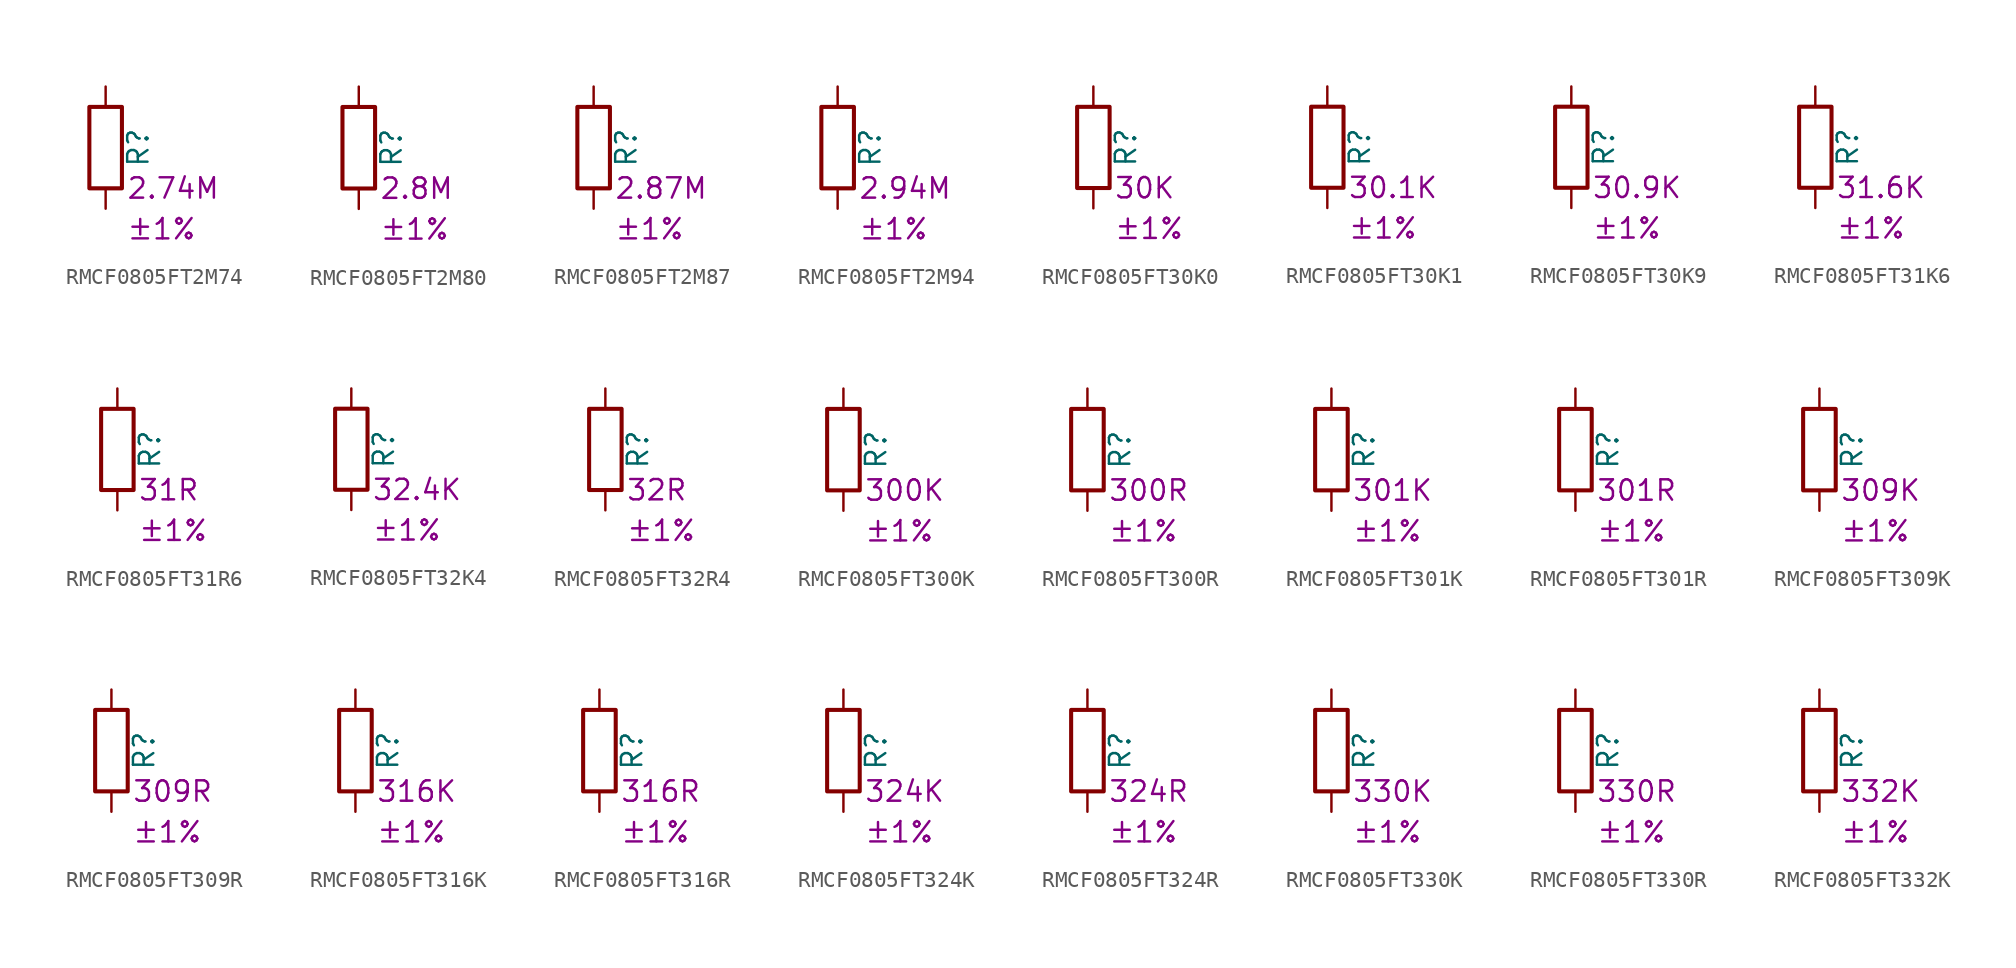
<source format=kicad_sym>
(kicad_symbol_lib
  (version 20220914)
  (generator kicad_symbol_editor)
  (symbol "RMCF0805FT2M74"
    (pin_numbers hide)
    (pin_names
      (offset 0))
    (property "Reference" "R"
      (at 2.032 0 90)
      (effects (font (size 1.27 1.27))))
    (property "Resistance" "2.74M"
      (at 1.27 -2.54 0)
      (effects (font (size 1.27 1.27)) (justify left)))
    (property "Tolerance" "±1%"
      (at 1.27 -5.08 0)
      (effects (font (size 1.27 1.27)) (justify left)))
    (symbol "RMCF0805FT2M74_0_1"
      (rectangle (start -1.016 -2.54) (end 1.016 2.54) (stroke (width 0.254) (type default)) (fill (type none))))
    (symbol "RMCF0805FT2M74_1_1"
      (pin passive line (at 0 3.81 270) (length 1.27) (name "~" (effects (font (size 1.27 1.27)))) (number "1" (effects (font (size 1.27 1.27)))))
      (pin passive line (at 0 -3.81 90) (length 1.27) (name "~" (effects (font (size 1.27 1.27)))) (number "2" (effects (font (size 1.27 1.27)))))))
  (symbol "RMCF0805FT2M80"
    (pin_numbers hide)
    (pin_names
      (offset 0))
    (property "Reference" "R"
      (at 2.032 0 90)
      (effects (font (size 1.27 1.27))))
    (property "Resistance" "2.8M"
      (at 1.27 -2.54 0)
      (effects (font (size 1.27 1.27)) (justify left)))
    (property "Tolerance" "±1%"
      (at 1.27 -5.08 0)
      (effects (font (size 1.27 1.27)) (justify left)))
    (symbol "RMCF0805FT2M80_0_1"
      (rectangle (start -1.016 -2.54) (end 1.016 2.54) (stroke (width 0.254) (type default)) (fill (type none))))
    (symbol "RMCF0805FT2M80_1_1"
      (pin passive line (at 0 3.81 270) (length 1.27) (name "~" (effects (font (size 1.27 1.27)))) (number "1" (effects (font (size 1.27 1.27)))))
      (pin passive line (at 0 -3.81 90) (length 1.27) (name "~" (effects (font (size 1.27 1.27)))) (number "2" (effects (font (size 1.27 1.27)))))))
  (symbol "RMCF0805FT2M87"
    (pin_numbers hide)
    (pin_names
      (offset 0))
    (property "Reference" "R"
      (at 2.032 0 90)
      (effects (font (size 1.27 1.27))))
    (property "Resistance" "2.87M"
      (at 1.27 -2.54 0)
      (effects (font (size 1.27 1.27)) (justify left)))
    (property "Tolerance" "±1%"
      (at 1.27 -5.08 0)
      (effects (font (size 1.27 1.27)) (justify left)))
    (symbol "RMCF0805FT2M87_0_1"
      (rectangle (start -1.016 -2.54) (end 1.016 2.54) (stroke (width 0.254) (type default)) (fill (type none))))
    (symbol "RMCF0805FT2M87_1_1"
      (pin passive line (at 0 3.81 270) (length 1.27) (name "~" (effects (font (size 1.27 1.27)))) (number "1" (effects (font (size 1.27 1.27)))))
      (pin passive line (at 0 -3.81 90) (length 1.27) (name "~" (effects (font (size 1.27 1.27)))) (number "2" (effects (font (size 1.27 1.27)))))))
  (symbol "RMCF0805FT2M94"
    (pin_numbers hide)
    (pin_names
      (offset 0))
    (property "Reference" "R"
      (at 2.032 0 90)
      (effects (font (size 1.27 1.27))))
    (property "Resistance" "2.94M"
      (at 1.27 -2.54 0)
      (effects (font (size 1.27 1.27)) (justify left)))
    (property "Tolerance" "±1%"
      (at 1.27 -5.08 0)
      (effects (font (size 1.27 1.27)) (justify left)))
    (symbol "RMCF0805FT2M94_0_1"
      (rectangle (start -1.016 -2.54) (end 1.016 2.54) (stroke (width 0.254) (type default)) (fill (type none))))
    (symbol "RMCF0805FT2M94_1_1"
      (pin passive line (at 0 3.81 270) (length 1.27) (name "~" (effects (font (size 1.27 1.27)))) (number "1" (effects (font (size 1.27 1.27)))))
      (pin passive line (at 0 -3.81 90) (length 1.27) (name "~" (effects (font (size 1.27 1.27)))) (number "2" (effects (font (size 1.27 1.27)))))))
  (symbol "RMCF0805FT30K0"
    (pin_numbers hide)
    (pin_names
      (offset 0))
    (property "Reference" "R"
      (at 2.032 0 90)
      (effects (font (size 1.27 1.27))))
    (property "Resistance" "30K"
      (at 1.27 -2.54 0)
      (effects (font (size 1.27 1.27)) (justify left)))
    (property "Tolerance" "±1%"
      (at 1.27 -5.08 0)
      (effects (font (size 1.27 1.27)) (justify left)))
    (symbol "RMCF0805FT30K0_0_1"
      (rectangle (start -1.016 -2.54) (end 1.016 2.54) (stroke (width 0.254) (type default)) (fill (type none))))
    (symbol "RMCF0805FT30K0_1_1"
      (pin passive line (at 0 3.81 270) (length 1.27) (name "~" (effects (font (size 1.27 1.27)))) (number "1" (effects (font (size 1.27 1.27)))))
      (pin passive line (at 0 -3.81 90) (length 1.27) (name "~" (effects (font (size 1.27 1.27)))) (number "2" (effects (font (size 1.27 1.27)))))))
  (symbol "RMCF0805FT30K1"
    (pin_numbers hide)
    (pin_names
      (offset 0))
    (property "Reference" "R"
      (at 2.032 0 90)
      (effects (font (size 1.27 1.27))))
    (property "Resistance" "30.1K"
      (at 1.27 -2.54 0)
      (effects (font (size 1.27 1.27)) (justify left)))
    (property "Tolerance" "±1%"
      (at 1.27 -5.08 0)
      (effects (font (size 1.27 1.27)) (justify left)))
    (symbol "RMCF0805FT30K1_0_1"
      (rectangle (start -1.016 -2.54) (end 1.016 2.54) (stroke (width 0.254) (type default)) (fill (type none))))
    (symbol "RMCF0805FT30K1_1_1"
      (pin passive line (at 0 3.81 270) (length 1.27) (name "~" (effects (font (size 1.27 1.27)))) (number "1" (effects (font (size 1.27 1.27)))))
      (pin passive line (at 0 -3.81 90) (length 1.27) (name "~" (effects (font (size 1.27 1.27)))) (number "2" (effects (font (size 1.27 1.27)))))))
  (symbol "RMCF0805FT30K9"
    (pin_numbers hide)
    (pin_names
      (offset 0))
    (property "Reference" "R"
      (at 2.032 0 90)
      (effects (font (size 1.27 1.27))))
    (property "Resistance" "30.9K"
      (at 1.27 -2.54 0)
      (effects (font (size 1.27 1.27)) (justify left)))
    (property "Tolerance" "±1%"
      (at 1.27 -5.08 0)
      (effects (font (size 1.27 1.27)) (justify left)))
    (symbol "RMCF0805FT30K9_0_1"
      (rectangle (start -1.016 -2.54) (end 1.016 2.54) (stroke (width 0.254) (type default)) (fill (type none))))
    (symbol "RMCF0805FT30K9_1_1"
      (pin passive line (at 0 3.81 270) (length 1.27) (name "~" (effects (font (size 1.27 1.27)))) (number "1" (effects (font (size 1.27 1.27)))))
      (pin passive line (at 0 -3.81 90) (length 1.27) (name "~" (effects (font (size 1.27 1.27)))) (number "2" (effects (font (size 1.27 1.27)))))))
  (symbol "RMCF0805FT31K6"
    (pin_numbers hide)
    (pin_names
      (offset 0))
    (property "Reference" "R"
      (at 2.032 0 90)
      (effects (font (size 1.27 1.27))))
    (property "Resistance" "31.6K"
      (at 1.27 -2.54 0)
      (effects (font (size 1.27 1.27)) (justify left)))
    (property "Tolerance" "±1%"
      (at 1.27 -5.08 0)
      (effects (font (size 1.27 1.27)) (justify left)))
    (symbol "RMCF0805FT31K6_0_1"
      (rectangle (start -1.016 -2.54) (end 1.016 2.54) (stroke (width 0.254) (type default)) (fill (type none))))
    (symbol "RMCF0805FT31K6_1_1"
      (pin passive line (at 0 3.81 270) (length 1.27) (name "~" (effects (font (size 1.27 1.27)))) (number "1" (effects (font (size 1.27 1.27)))))
      (pin passive line (at 0 -3.81 90) (length 1.27) (name "~" (effects (font (size 1.27 1.27)))) (number "2" (effects (font (size 1.27 1.27)))))))
  (symbol "RMCF0805FT31R6"
    (pin_numbers hide)
    (pin_names
      (offset 0))
    (property "Reference" "R"
      (at 2.032 0 90)
      (effects (font (size 1.27 1.27))))
    (property "Resistance" "31R"
      (at 1.27 -2.54 0)
      (effects (font (size 1.27 1.27)) (justify left)))
    (property "Tolerance" "±1%"
      (at 1.27 -5.08 0)
      (effects (font (size 1.27 1.27)) (justify left)))
    (symbol "RMCF0805FT31R6_0_1"
      (rectangle (start -1.016 -2.54) (end 1.016 2.54) (stroke (width 0.254) (type default)) (fill (type none))))
    (symbol "RMCF0805FT31R6_1_1"
      (pin passive line (at 0 3.81 270) (length 1.27) (name "~" (effects (font (size 1.27 1.27)))) (number "1" (effects (font (size 1.27 1.27)))))
      (pin passive line (at 0 -3.81 90) (length 1.27) (name "~" (effects (font (size 1.27 1.27)))) (number "2" (effects (font (size 1.27 1.27)))))))
  (symbol "RMCF0805FT32K4"
    (pin_numbers hide)
    (pin_names
      (offset 0))
    (property "Reference" "R"
      (at 2.032 0 90)
      (effects (font (size 1.27 1.27))))
    (property "Resistance" "32.4K"
      (at 1.27 -2.54 0)
      (effects (font (size 1.27 1.27)) (justify left)))
    (property "Tolerance" "±1%"
      (at 1.27 -5.08 0)
      (effects (font (size 1.27 1.27)) (justify left)))
    (symbol "RMCF0805FT32K4_0_1"
      (rectangle (start -1.016 -2.54) (end 1.016 2.54) (stroke (width 0.254) (type default)) (fill (type none))))
    (symbol "RMCF0805FT32K4_1_1"
      (pin passive line (at 0 3.81 270) (length 1.27) (name "~" (effects (font (size 1.27 1.27)))) (number "1" (effects (font (size 1.27 1.27)))))
      (pin passive line (at 0 -3.81 90) (length 1.27) (name "~" (effects (font (size 1.27 1.27)))) (number "2" (effects (font (size 1.27 1.27)))))))
  (symbol "RMCF0805FT32R4"
    (pin_numbers hide)
    (pin_names
      (offset 0))
    (property "Reference" "R"
      (at 2.032 0 90)
      (effects (font (size 1.27 1.27))))
    (property "Resistance" "32R"
      (at 1.27 -2.54 0)
      (effects (font (size 1.27 1.27)) (justify left)))
    (property "Tolerance" "±1%"
      (at 1.27 -5.08 0)
      (effects (font (size 1.27 1.27)) (justify left)))
    (symbol "RMCF0805FT32R4_0_1"
      (rectangle (start -1.016 -2.54) (end 1.016 2.54) (stroke (width 0.254) (type default)) (fill (type none))))
    (symbol "RMCF0805FT32R4_1_1"
      (pin passive line (at 0 3.81 270) (length 1.27) (name "~" (effects (font (size 1.27 1.27)))) (number "1" (effects (font (size 1.27 1.27)))))
      (pin passive line (at 0 -3.81 90) (length 1.27) (name "~" (effects (font (size 1.27 1.27)))) (number "2" (effects (font (size 1.27 1.27)))))))
  (symbol "RMCF0805FT300K"
    (pin_numbers hide)
    (pin_names
      (offset 0))
    (property "Reference" "R"
      (at 2.032 0 90)
      (effects (font (size 1.27 1.27))))
    (property "Resistance" "300K"
      (at 1.27 -2.54 0)
      (effects (font (size 1.27 1.27)) (justify left)))
    (property "Tolerance" "±1%"
      (at 1.27 -5.08 0)
      (effects (font (size 1.27 1.27)) (justify left)))
    (symbol "RMCF0805FT300K_0_1"
      (rectangle (start -1.016 -2.54) (end 1.016 2.54) (stroke (width 0.254) (type default)) (fill (type none))))
    (symbol "RMCF0805FT300K_1_1"
      (pin passive line (at 0 3.81 270) (length 1.27) (name "~" (effects (font (size 1.27 1.27)))) (number "1" (effects (font (size 1.27 1.27)))))
      (pin passive line (at 0 -3.81 90) (length 1.27) (name "~" (effects (font (size 1.27 1.27)))) (number "2" (effects (font (size 1.27 1.27)))))))
  (symbol "RMCF0805FT300R"
    (pin_numbers hide)
    (pin_names
      (offset 0))
    (property "Reference" "R"
      (at 2.032 0 90)
      (effects (font (size 1.27 1.27))))
    (property "Resistance" "300R"
      (at 1.27 -2.54 0)
      (effects (font (size 1.27 1.27)) (justify left)))
    (property "Tolerance" "±1%"
      (at 1.27 -5.08 0)
      (effects (font (size 1.27 1.27)) (justify left)))
    (symbol "RMCF0805FT300R_0_1"
      (rectangle (start -1.016 -2.54) (end 1.016 2.54) (stroke (width 0.254) (type default)) (fill (type none))))
    (symbol "RMCF0805FT300R_1_1"
      (pin passive line (at 0 3.81 270) (length 1.27) (name "~" (effects (font (size 1.27 1.27)))) (number "1" (effects (font (size 1.27 1.27)))))
      (pin passive line (at 0 -3.81 90) (length 1.27) (name "~" (effects (font (size 1.27 1.27)))) (number "2" (effects (font (size 1.27 1.27)))))))
  (symbol "RMCF0805FT301K"
    (pin_numbers hide)
    (pin_names
      (offset 0))
    (property "Reference" "R"
      (at 2.032 0 90)
      (effects (font (size 1.27 1.27))))
    (property "Resistance" "301K"
      (at 1.27 -2.54 0)
      (effects (font (size 1.27 1.27)) (justify left)))
    (property "Tolerance" "±1%"
      (at 1.27 -5.08 0)
      (effects (font (size 1.27 1.27)) (justify left)))
    (symbol "RMCF0805FT301K_0_1"
      (rectangle (start -1.016 -2.54) (end 1.016 2.54) (stroke (width 0.254) (type default)) (fill (type none))))
    (symbol "RMCF0805FT301K_1_1"
      (pin passive line (at 0 3.81 270) (length 1.27) (name "~" (effects (font (size 1.27 1.27)))) (number "1" (effects (font (size 1.27 1.27)))))
      (pin passive line (at 0 -3.81 90) (length 1.27) (name "~" (effects (font (size 1.27 1.27)))) (number "2" (effects (font (size 1.27 1.27)))))))
  (symbol "RMCF0805FT301R"
    (pin_numbers hide)
    (pin_names
      (offset 0))
    (property "Reference" "R"
      (at 2.032 0 90)
      (effects (font (size 1.27 1.27))))
    (property "Resistance" "301R"
      (at 1.27 -2.54 0)
      (effects (font (size 1.27 1.27)) (justify left)))
    (property "Tolerance" "±1%"
      (at 1.27 -5.08 0)
      (effects (font (size 1.27 1.27)) (justify left)))
    (symbol "RMCF0805FT301R_0_1"
      (rectangle (start -1.016 -2.54) (end 1.016 2.54) (stroke (width 0.254) (type default)) (fill (type none))))
    (symbol "RMCF0805FT301R_1_1"
      (pin passive line (at 0 3.81 270) (length 1.27) (name "~" (effects (font (size 1.27 1.27)))) (number "1" (effects (font (size 1.27 1.27)))))
      (pin passive line (at 0 -3.81 90) (length 1.27) (name "~" (effects (font (size 1.27 1.27)))) (number "2" (effects (font (size 1.27 1.27)))))))
  (symbol "RMCF0805FT309K"
    (pin_numbers hide)
    (pin_names
      (offset 0))
    (property "Reference" "R"
      (at 2.032 0 90)
      (effects (font (size 1.27 1.27))))
    (property "Resistance" "309K"
      (at 1.27 -2.54 0)
      (effects (font (size 1.27 1.27)) (justify left)))
    (property "Tolerance" "±1%"
      (at 1.27 -5.08 0)
      (effects (font (size 1.27 1.27)) (justify left)))
    (symbol "RMCF0805FT309K_0_1"
      (rectangle (start -1.016 -2.54) (end 1.016 2.54) (stroke (width 0.254) (type default)) (fill (type none))))
    (symbol "RMCF0805FT309K_1_1"
      (pin passive line (at 0 3.81 270) (length 1.27) (name "~" (effects (font (size 1.27 1.27)))) (number "1" (effects (font (size 1.27 1.27)))))
      (pin passive line (at 0 -3.81 90) (length 1.27) (name "~" (effects (font (size 1.27 1.27)))) (number "2" (effects (font (size 1.27 1.27)))))))
  (symbol "RMCF0805FT309R"
    (pin_numbers hide)
    (pin_names
      (offset 0))
    (property "Reference" "R"
      (at 2.032 0 90)
      (effects (font (size 1.27 1.27))))
    (property "Resistance" "309R"
      (at 1.27 -2.54 0)
      (effects (font (size 1.27 1.27)) (justify left)))
    (property "Tolerance" "±1%"
      (at 1.27 -5.08 0)
      (effects (font (size 1.27 1.27)) (justify left)))
    (symbol "RMCF0805FT309R_0_1"
      (rectangle (start -1.016 -2.54) (end 1.016 2.54) (stroke (width 0.254) (type default)) (fill (type none))))
    (symbol "RMCF0805FT309R_1_1"
      (pin passive line (at 0 3.81 270) (length 1.27) (name "~" (effects (font (size 1.27 1.27)))) (number "1" (effects (font (size 1.27 1.27)))))
      (pin passive line (at 0 -3.81 90) (length 1.27) (name "~" (effects (font (size 1.27 1.27)))) (number "2" (effects (font (size 1.27 1.27)))))))
  (symbol "RMCF0805FT316K"
    (pin_numbers hide)
    (pin_names
      (offset 0))
    (property "Reference" "R"
      (at 2.032 0 90)
      (effects (font (size 1.27 1.27))))
    (property "Resistance" "316K"
      (at 1.27 -2.54 0)
      (effects (font (size 1.27 1.27)) (justify left)))
    (property "Tolerance" "±1%"
      (at 1.27 -5.08 0)
      (effects (font (size 1.27 1.27)) (justify left)))
    (symbol "RMCF0805FT316K_0_1"
      (rectangle (start -1.016 -2.54) (end 1.016 2.54) (stroke (width 0.254) (type default)) (fill (type none))))
    (symbol "RMCF0805FT316K_1_1"
      (pin passive line (at 0 3.81 270) (length 1.27) (name "~" (effects (font (size 1.27 1.27)))) (number "1" (effects (font (size 1.27 1.27)))))
      (pin passive line (at 0 -3.81 90) (length 1.27) (name "~" (effects (font (size 1.27 1.27)))) (number "2" (effects (font (size 1.27 1.27)))))))
  (symbol "RMCF0805FT316R"
    (pin_numbers hide)
    (pin_names
      (offset 0))
    (property "Reference" "R"
      (at 2.032 0 90)
      (effects (font (size 1.27 1.27))))
    (property "Resistance" "316R"
      (at 1.27 -2.54 0)
      (effects (font (size 1.27 1.27)) (justify left)))
    (property "Tolerance" "±1%"
      (at 1.27 -5.08 0)
      (effects (font (size 1.27 1.27)) (justify left)))
    (symbol "RMCF0805FT316R_0_1"
      (rectangle (start -1.016 -2.54) (end 1.016 2.54) (stroke (width 0.254) (type default)) (fill (type none))))
    (symbol "RMCF0805FT316R_1_1"
      (pin passive line (at 0 3.81 270) (length 1.27) (name "~" (effects (font (size 1.27 1.27)))) (number "1" (effects (font (size 1.27 1.27)))))
      (pin passive line (at 0 -3.81 90) (length 1.27) (name "~" (effects (font (size 1.27 1.27)))) (number "2" (effects (font (size 1.27 1.27)))))))
  (symbol "RMCF0805FT324K"
    (pin_numbers hide)
    (pin_names
      (offset 0))
    (property "Reference" "R"
      (at 2.032 0 90)
      (effects (font (size 1.27 1.27))))
    (property "Resistance" "324K"
      (at 1.27 -2.54 0)
      (effects (font (size 1.27 1.27)) (justify left)))
    (property "Tolerance" "±1%"
      (at 1.27 -5.08 0)
      (effects (font (size 1.27 1.27)) (justify left)))
    (symbol "RMCF0805FT324K_0_1"
      (rectangle (start -1.016 -2.54) (end 1.016 2.54) (stroke (width 0.254) (type default)) (fill (type none))))
    (symbol "RMCF0805FT324K_1_1"
      (pin passive line (at 0 3.81 270) (length 1.27) (name "~" (effects (font (size 1.27 1.27)))) (number "1" (effects (font (size 1.27 1.27)))))
      (pin passive line (at 0 -3.81 90) (length 1.27) (name "~" (effects (font (size 1.27 1.27)))) (number "2" (effects (font (size 1.27 1.27)))))))
  (symbol "RMCF0805FT324R"
    (pin_numbers hide)
    (pin_names
      (offset 0))
    (property "Reference" "R"
      (at 2.032 0 90)
      (effects (font (size 1.27 1.27))))
    (property "Resistance" "324R"
      (at 1.27 -2.54 0)
      (effects (font (size 1.27 1.27)) (justify left)))
    (property "Tolerance" "±1%"
      (at 1.27 -5.08 0)
      (effects (font (size 1.27 1.27)) (justify left)))
    (symbol "RMCF0805FT324R_0_1"
      (rectangle (start -1.016 -2.54) (end 1.016 2.54) (stroke (width 0.254) (type default)) (fill (type none))))
    (symbol "RMCF0805FT324R_1_1"
      (pin passive line (at 0 3.81 270) (length 1.27) (name "~" (effects (font (size 1.27 1.27)))) (number "1" (effects (font (size 1.27 1.27)))))
      (pin passive line (at 0 -3.81 90) (length 1.27) (name "~" (effects (font (size 1.27 1.27)))) (number "2" (effects (font (size 1.27 1.27)))))))
  (symbol "RMCF0805FT330K"
    (pin_numbers hide)
    (pin_names
      (offset 0))
    (property "Reference" "R"
      (at 2.032 0 90)
      (effects (font (size 1.27 1.27))))
    (property "Resistance" "330K"
      (at 1.27 -2.54 0)
      (effects (font (size 1.27 1.27)) (justify left)))
    (property "Tolerance" "±1%"
      (at 1.27 -5.08 0)
      (effects (font (size 1.27 1.27)) (justify left)))
    (symbol "RMCF0805FT330K_0_1"
      (rectangle (start -1.016 -2.54) (end 1.016 2.54) (stroke (width 0.254) (type default)) (fill (type none))))
    (symbol "RMCF0805FT330K_1_1"
      (pin passive line (at 0 3.81 270) (length 1.27) (name "~" (effects (font (size 1.27 1.27)))) (number "1" (effects (font (size 1.27 1.27)))))
      (pin passive line (at 0 -3.81 90) (length 1.27) (name "~" (effects (font (size 1.27 1.27)))) (number "2" (effects (font (size 1.27 1.27)))))))
  (symbol "RMCF0805FT330R"
    (pin_numbers hide)
    (pin_names
      (offset 0))
    (property "Reference" "R"
      (at 2.032 0 90)
      (effects (font (size 1.27 1.27))))
    (property "Resistance" "330R"
      (at 1.27 -2.54 0)
      (effects (font (size 1.27 1.27)) (justify left)))
    (property "Tolerance" "±1%"
      (at 1.27 -5.08 0)
      (effects (font (size 1.27 1.27)) (justify left)))
    (symbol "RMCF0805FT330R_0_1"
      (rectangle (start -1.016 -2.54) (end 1.016 2.54) (stroke (width 0.254) (type default)) (fill (type none))))
    (symbol "RMCF0805FT330R_1_1"
      (pin passive line (at 0 3.81 270) (length 1.27) (name "~" (effects (font (size 1.27 1.27)))) (number "1" (effects (font (size 1.27 1.27)))))
      (pin passive line (at 0 -3.81 90) (length 1.27) (name "~" (effects (font (size 1.27 1.27)))) (number "2" (effects (font (size 1.27 1.27)))))))
  (symbol "RMCF0805FT332K"
    (pin_numbers hide)
    (pin_names
      (offset 0))
    (property "Reference" "R"
      (at 2.032 0 90)
      (effects (font (size 1.27 1.27))))
    (property "Resistance" "332K"
      (at 1.27 -2.54 0)
      (effects (font (size 1.27 1.27)) (justify left)))
    (property "Tolerance" "±1%"
      (at 1.27 -5.08 0)
      (effects (font (size 1.27 1.27)) (justify left)))
    (symbol "RMCF0805FT332K_0_1"
      (rectangle (start -1.016 -2.54) (end 1.016 2.54) (stroke (width 0.254) (type default)) (fill (type none))))
    (symbol "RMCF0805FT332K_1_1"
      (pin passive line (at 0 3.81 270) (length 1.27) (name "~" (effects (font (size 1.27 1.27)))) (number "1" (effects (font (size 1.27 1.27)))))
      (pin passive line (at 0 -3.81 90) (length 1.27) (name "~" (effects (font (size 1.27 1.27)))) (number "2" (effects (font (size 1.27 1.27))))))))
</source>
